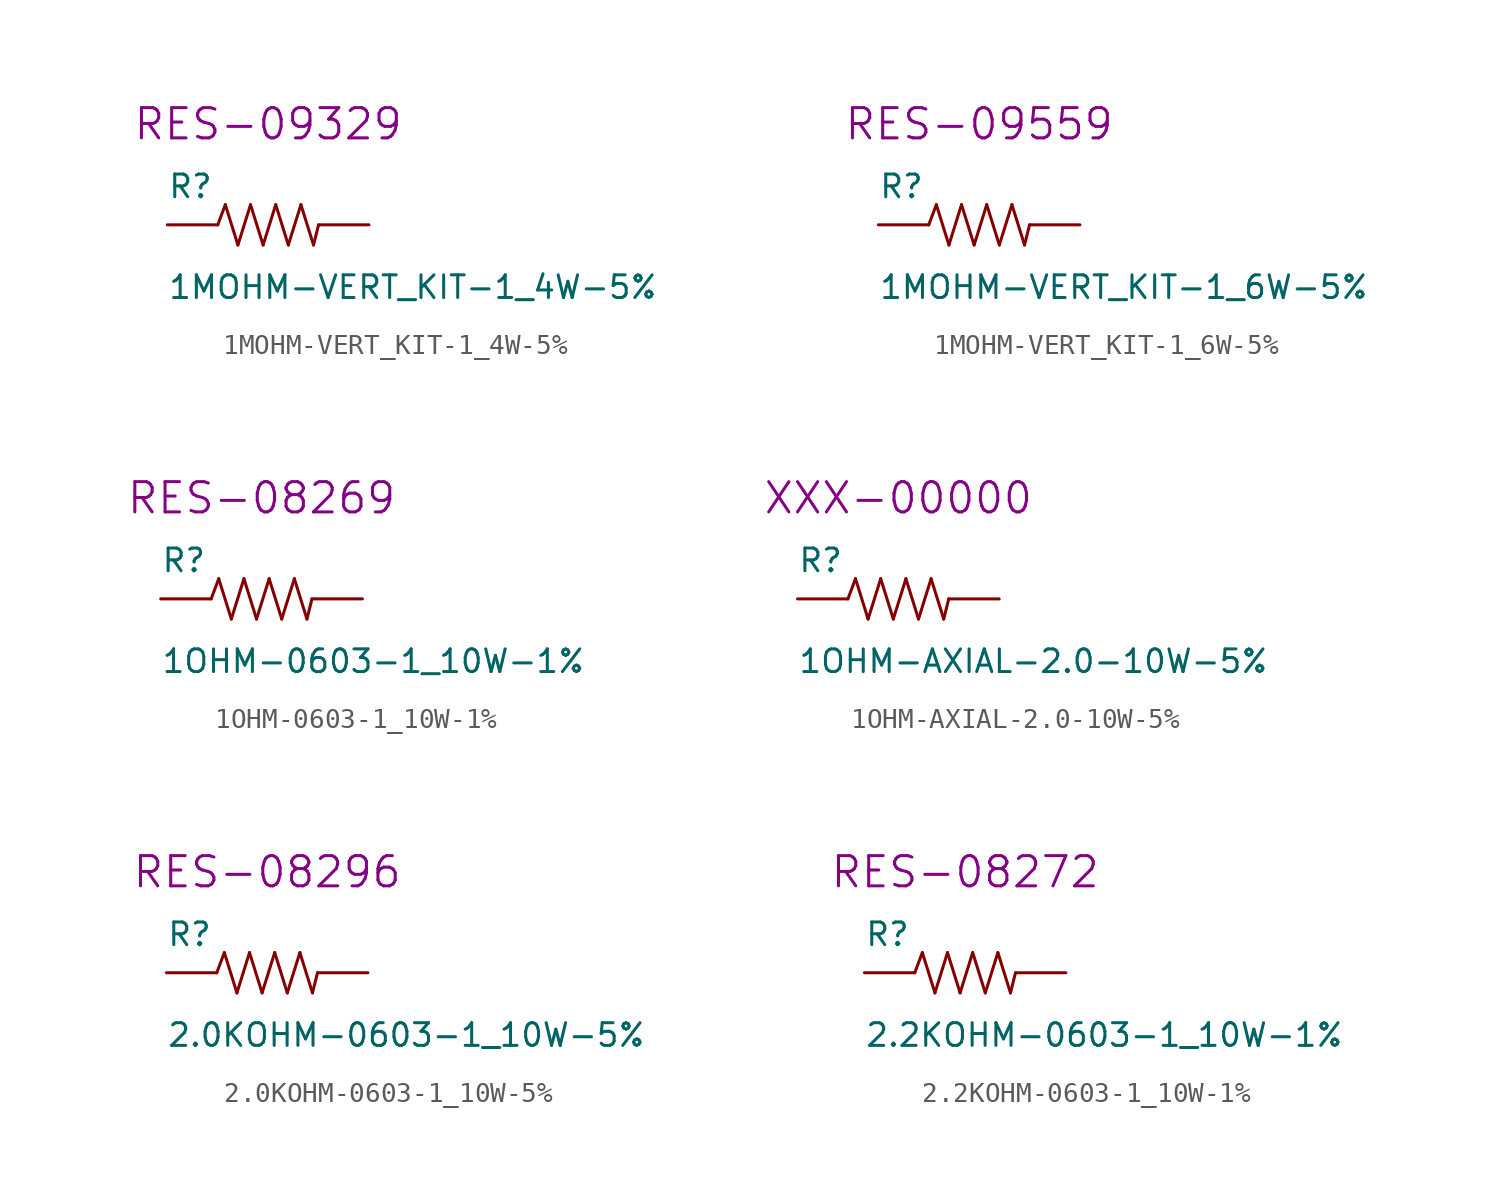
<source format=kicad_sym>
(kicad_symbol_lib
  (version 20220914)
  (generator kicad_symbol_editor)
  (symbol "1MOHM-VERT_KIT-1_4W-5%"
    (pin_numbers hide)
    (pin_names
      (offset 1.016) hide)
    (property "Reference" "R"
      (at -5.08 1.27 0)
      (effects (font (size 1.143 1.143)) (justify left bottom)))
    (property "Value" "1MOHM-VERT_KIT-1_4W-5%"
      (at -5.08 -3.81 0)
      (effects (font (size 1.143 1.143)) (justify left bottom)))
    (property "Field4" "RES-09329"
      (at 0 5.08 0)
      (effects (font (size 1.524 1.524))))
    (property "ki_locked" ""
      (at 0 0 0)
      (effects (font (size 1.27 1.27))))
    (symbol "1MOHM-VERT_KIT-1_4W-5%_1_0"
      (polyline (pts (xy -2.54 0) (xy -2.159 1.016)) (stroke (width 0) (type solid)) (fill (type none)))
      (polyline (pts (xy -2.159 1.016) (xy -1.524 -1.016)) (stroke (width 0) (type solid)) (fill (type none)))
      (polyline (pts (xy -1.524 -1.016) (xy -0.889 1.016)) (stroke (width 0) (type solid)) (fill (type none)))
      (polyline (pts (xy -0.889 1.016) (xy -0.254 -1.016)) (stroke (width 0) (type solid)) (fill (type none)))
      (polyline (pts (xy -0.254 -1.016) (xy 0.381 1.016)) (stroke (width 0) (type solid)) (fill (type none)))
      (polyline (pts (xy 0.381 1.016) (xy 1.016 -1.016)) (stroke (width 0) (type solid)) (fill (type none)))
      (polyline (pts (xy 1.016 -1.016) (xy 1.651 1.016)) (stroke (width 0) (type solid)) (fill (type none)))
      (polyline (pts (xy 1.651 1.016) (xy 2.286 -1.016)) (stroke (width 0) (type solid)) (fill (type none)))
      (polyline (pts (xy 2.286 -1.016) (xy 2.54 0)) (stroke (width 0) (type solid)) (fill (type none))))
    (symbol "1MOHM-VERT_KIT-1_4W-5%_1_1"
      (pin passive line (at -5.08 0 0) (length 2.54) (name "1" (effects (font (size 1.016 1.016)))) (number "P$1" (effects (font (size 1.016 1.016)))))
      (pin passive line (at 5.08 0 180) (length 2.54) (name "2" (effects (font (size 1.016 1.016)))) (number "P$2" (effects (font (size 1.016 1.016)))))))
  (symbol "1MOHM-VERT_KIT-1_6W-5%"
    (pin_numbers hide)
    (pin_names
      (offset 1.016) hide)
    (property "Reference" "R"
      (at -5.08 1.27 0)
      (effects (font (size 1.143 1.143)) (justify left bottom)))
    (property "Value" "1MOHM-VERT_KIT-1_6W-5%"
      (at -5.08 -3.81 0)
      (effects (font (size 1.143 1.143)) (justify left bottom)))
    (property "Field4" "RES-09559"
      (at 0 5.08 0)
      (effects (font (size 1.524 1.524))))
    (property "ki_locked" ""
      (at 0 0 0)
      (effects (font (size 1.27 1.27))))
    (symbol "1MOHM-VERT_KIT-1_6W-5%_1_0"
      (polyline (pts (xy -2.54 0) (xy -2.159 1.016)) (stroke (width 0) (type solid)) (fill (type none)))
      (polyline (pts (xy -2.159 1.016) (xy -1.524 -1.016)) (stroke (width 0) (type solid)) (fill (type none)))
      (polyline (pts (xy -1.524 -1.016) (xy -0.889 1.016)) (stroke (width 0) (type solid)) (fill (type none)))
      (polyline (pts (xy -0.889 1.016) (xy -0.254 -1.016)) (stroke (width 0) (type solid)) (fill (type none)))
      (polyline (pts (xy -0.254 -1.016) (xy 0.381 1.016)) (stroke (width 0) (type solid)) (fill (type none)))
      (polyline (pts (xy 0.381 1.016) (xy 1.016 -1.016)) (stroke (width 0) (type solid)) (fill (type none)))
      (polyline (pts (xy 1.016 -1.016) (xy 1.651 1.016)) (stroke (width 0) (type solid)) (fill (type none)))
      (polyline (pts (xy 1.651 1.016) (xy 2.286 -1.016)) (stroke (width 0) (type solid)) (fill (type none)))
      (polyline (pts (xy 2.286 -1.016) (xy 2.54 0)) (stroke (width 0) (type solid)) (fill (type none))))
    (symbol "1MOHM-VERT_KIT-1_6W-5%_1_1"
      (pin passive line (at -5.08 0 0) (length 2.54) (name "1" (effects (font (size 1.016 1.016)))) (number "P$1" (effects (font (size 1.016 1.016)))))
      (pin passive line (at 5.08 0 180) (length 2.54) (name "2" (effects (font (size 1.016 1.016)))) (number "P$2" (effects (font (size 1.016 1.016)))))))
  (symbol "1OHM-0603-1_10W-1%"
    (pin_numbers hide)
    (pin_names
      (offset 1.016) hide)
    (property "Reference" "R"
      (at -5.08 1.27 0)
      (effects (font (size 1.143 1.143)) (justify left bottom)))
    (property "Value" "1OHM-0603-1_10W-1%"
      (at -5.08 -3.81 0)
      (effects (font (size 1.143 1.143)) (justify left bottom)))
    (property "Field4" "RES-08269"
      (at 0 5.08 0)
      (effects (font (size 1.524 1.524))))
    (property "ki_locked" ""
      (at 0 0 0)
      (effects (font (size 1.27 1.27))))
    (symbol "1OHM-0603-1_10W-1%_1_0"
      (polyline (pts (xy -2.54 0) (xy -2.159 1.016)) (stroke (width 0) (type solid)) (fill (type none)))
      (polyline (pts (xy -2.159 1.016) (xy -1.524 -1.016)) (stroke (width 0) (type solid)) (fill (type none)))
      (polyline (pts (xy -1.524 -1.016) (xy -0.889 1.016)) (stroke (width 0) (type solid)) (fill (type none)))
      (polyline (pts (xy -0.889 1.016) (xy -0.254 -1.016)) (stroke (width 0) (type solid)) (fill (type none)))
      (polyline (pts (xy -0.254 -1.016) (xy 0.381 1.016)) (stroke (width 0) (type solid)) (fill (type none)))
      (polyline (pts (xy 0.381 1.016) (xy 1.016 -1.016)) (stroke (width 0) (type solid)) (fill (type none)))
      (polyline (pts (xy 1.016 -1.016) (xy 1.651 1.016)) (stroke (width 0) (type solid)) (fill (type none)))
      (polyline (pts (xy 1.651 1.016) (xy 2.286 -1.016)) (stroke (width 0) (type solid)) (fill (type none)))
      (polyline (pts (xy 2.286 -1.016) (xy 2.54 0)) (stroke (width 0) (type solid)) (fill (type none))))
    (symbol "1OHM-0603-1_10W-1%_1_1"
      (pin passive line (at -5.08 0 0) (length 2.54) (name "1" (effects (font (size 1.016 1.016)))) (number "1" (effects (font (size 1.016 1.016)))))
      (pin passive line (at 5.08 0 180) (length 2.54) (name "2" (effects (font (size 1.016 1.016)))) (number "2" (effects (font (size 1.016 1.016)))))))
  (symbol "1OHM-AXIAL-2.0-10W-5%"
    (pin_numbers hide)
    (pin_names
      (offset 1.016) hide)
    (property "Reference" "R"
      (at -5.08 1.27 0)
      (effects (font (size 1.143 1.143)) (justify left bottom)))
    (property "Value" "1OHM-AXIAL-2.0-10W-5%"
      (at -5.08 -3.81 0)
      (effects (font (size 1.143 1.143)) (justify left bottom)))
    (property "Field4" "XXX-00000"
      (at 0 5.08 0)
      (effects (font (size 1.524 1.524))))
    (property "ki_locked" ""
      (at 0 0 0)
      (effects (font (size 1.27 1.27))))
    (symbol "1OHM-AXIAL-2.0-10W-5%_1_0"
      (polyline (pts (xy -2.54 0) (xy -2.159 1.016)) (stroke (width 0) (type solid)) (fill (type none)))
      (polyline (pts (xy -2.159 1.016) (xy -1.524 -1.016)) (stroke (width 0) (type solid)) (fill (type none)))
      (polyline (pts (xy -1.524 -1.016) (xy -0.889 1.016)) (stroke (width 0) (type solid)) (fill (type none)))
      (polyline (pts (xy -0.889 1.016) (xy -0.254 -1.016)) (stroke (width 0) (type solid)) (fill (type none)))
      (polyline (pts (xy -0.254 -1.016) (xy 0.381 1.016)) (stroke (width 0) (type solid)) (fill (type none)))
      (polyline (pts (xy 0.381 1.016) (xy 1.016 -1.016)) (stroke (width 0) (type solid)) (fill (type none)))
      (polyline (pts (xy 1.016 -1.016) (xy 1.651 1.016)) (stroke (width 0) (type solid)) (fill (type none)))
      (polyline (pts (xy 1.651 1.016) (xy 2.286 -1.016)) (stroke (width 0) (type solid)) (fill (type none)))
      (polyline (pts (xy 2.286 -1.016) (xy 2.54 0)) (stroke (width 0) (type solid)) (fill (type none))))
    (symbol "1OHM-AXIAL-2.0-10W-5%_1_1"
      (pin passive line (at -5.08 0 0) (length 2.54) (name "1" (effects (font (size 1.016 1.016)))) (number "P$1" (effects (font (size 1.016 1.016)))))
      (pin passive line (at 5.08 0 180) (length 2.54) (name "2" (effects (font (size 1.016 1.016)))) (number "P$2" (effects (font (size 1.016 1.016)))))))
  (symbol "2.0KOHM-0603-1_10W-5%"
    (pin_numbers hide)
    (pin_names
      (offset 1.016) hide)
    (property "Reference" "R"
      (at -5.08 1.27 0)
      (effects (font (size 1.143 1.143)) (justify left bottom)))
    (property "Value" "2.0KOHM-0603-1_10W-5%"
      (at -5.08 -3.81 0)
      (effects (font (size 1.143 1.143)) (justify left bottom)))
    (property "Field4" "RES-08296"
      (at 0 5.08 0)
      (effects (font (size 1.524 1.524))))
    (property "ki_locked" ""
      (at 0 0 0)
      (effects (font (size 1.27 1.27))))
    (symbol "2.0KOHM-0603-1_10W-5%_1_0"
      (polyline (pts (xy -2.54 0) (xy -2.159 1.016)) (stroke (width 0) (type solid)) (fill (type none)))
      (polyline (pts (xy -2.159 1.016) (xy -1.524 -1.016)) (stroke (width 0) (type solid)) (fill (type none)))
      (polyline (pts (xy -1.524 -1.016) (xy -0.889 1.016)) (stroke (width 0) (type solid)) (fill (type none)))
      (polyline (pts (xy -0.889 1.016) (xy -0.254 -1.016)) (stroke (width 0) (type solid)) (fill (type none)))
      (polyline (pts (xy -0.254 -1.016) (xy 0.381 1.016)) (stroke (width 0) (type solid)) (fill (type none)))
      (polyline (pts (xy 0.381 1.016) (xy 1.016 -1.016)) (stroke (width 0) (type solid)) (fill (type none)))
      (polyline (pts (xy 1.016 -1.016) (xy 1.651 1.016)) (stroke (width 0) (type solid)) (fill (type none)))
      (polyline (pts (xy 1.651 1.016) (xy 2.286 -1.016)) (stroke (width 0) (type solid)) (fill (type none)))
      (polyline (pts (xy 2.286 -1.016) (xy 2.54 0)) (stroke (width 0) (type solid)) (fill (type none))))
    (symbol "2.0KOHM-0603-1_10W-5%_1_1"
      (pin passive line (at -5.08 0 0) (length 2.54) (name "1" (effects (font (size 1.016 1.016)))) (number "1" (effects (font (size 1.016 1.016)))))
      (pin passive line (at 5.08 0 180) (length 2.54) (name "2" (effects (font (size 1.016 1.016)))) (number "2" (effects (font (size 1.016 1.016)))))))
  (symbol "2.2KOHM-0603-1_10W-1%"
    (pin_numbers hide)
    (pin_names
      (offset 1.016) hide)
    (property "Reference" "R"
      (at -5.08 1.27 0)
      (effects (font (size 1.143 1.143)) (justify left bottom)))
    (property "Value" "2.2KOHM-0603-1_10W-1%"
      (at -5.08 -3.81 0)
      (effects (font (size 1.143 1.143)) (justify left bottom)))
    (property "Field4" "RES-08272"
      (at 0 5.08 0)
      (effects (font (size 1.524 1.524))))
    (property "ki_locked" ""
      (at 0 0 0)
      (effects (font (size 1.27 1.27))))
    (symbol "2.2KOHM-0603-1_10W-1%_1_0"
      (polyline (pts (xy -2.54 0) (xy -2.159 1.016)) (stroke (width 0) (type solid)) (fill (type none)))
      (polyline (pts (xy -2.159 1.016) (xy -1.524 -1.016)) (stroke (width 0) (type solid)) (fill (type none)))
      (polyline (pts (xy -1.524 -1.016) (xy -0.889 1.016)) (stroke (width 0) (type solid)) (fill (type none)))
      (polyline (pts (xy -0.889 1.016) (xy -0.254 -1.016)) (stroke (width 0) (type solid)) (fill (type none)))
      (polyline (pts (xy -0.254 -1.016) (xy 0.381 1.016)) (stroke (width 0) (type solid)) (fill (type none)))
      (polyline (pts (xy 0.381 1.016) (xy 1.016 -1.016)) (stroke (width 0) (type solid)) (fill (type none)))
      (polyline (pts (xy 1.016 -1.016) (xy 1.651 1.016)) (stroke (width 0) (type solid)) (fill (type none)))
      (polyline (pts (xy 1.651 1.016) (xy 2.286 -1.016)) (stroke (width 0) (type solid)) (fill (type none)))
      (polyline (pts (xy 2.286 -1.016) (xy 2.54 0)) (stroke (width 0) (type solid)) (fill (type none))))
    (symbol "2.2KOHM-0603-1_10W-1%_1_1"
      (pin passive line (at -5.08 0 0) (length 2.54) (name "1" (effects (font (size 1.016 1.016)))) (number "1" (effects (font (size 1.016 1.016)))))
      (pin passive line (at 5.08 0 180) (length 2.54) (name "2" (effects (font (size 1.016 1.016)))) (number "2" (effects (font (size 1.016 1.016))))))))
</source>
